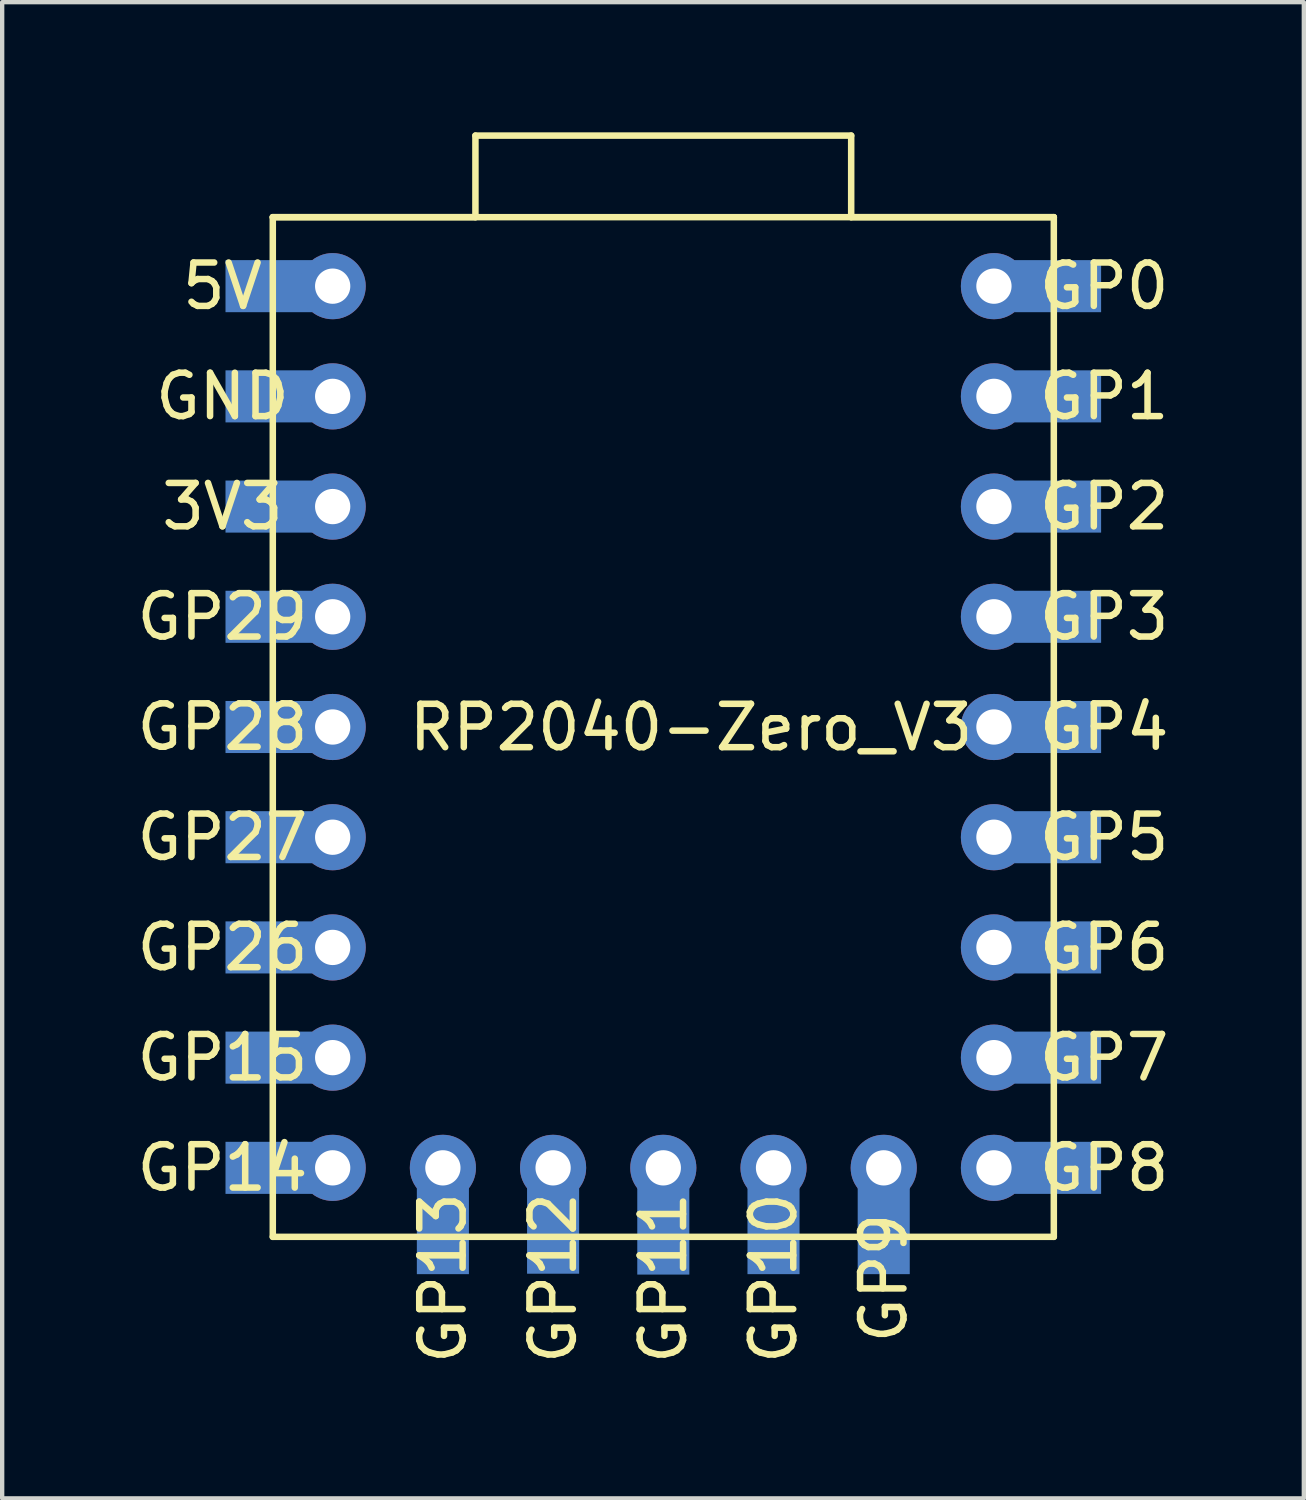
<source format=kicad_pcb>
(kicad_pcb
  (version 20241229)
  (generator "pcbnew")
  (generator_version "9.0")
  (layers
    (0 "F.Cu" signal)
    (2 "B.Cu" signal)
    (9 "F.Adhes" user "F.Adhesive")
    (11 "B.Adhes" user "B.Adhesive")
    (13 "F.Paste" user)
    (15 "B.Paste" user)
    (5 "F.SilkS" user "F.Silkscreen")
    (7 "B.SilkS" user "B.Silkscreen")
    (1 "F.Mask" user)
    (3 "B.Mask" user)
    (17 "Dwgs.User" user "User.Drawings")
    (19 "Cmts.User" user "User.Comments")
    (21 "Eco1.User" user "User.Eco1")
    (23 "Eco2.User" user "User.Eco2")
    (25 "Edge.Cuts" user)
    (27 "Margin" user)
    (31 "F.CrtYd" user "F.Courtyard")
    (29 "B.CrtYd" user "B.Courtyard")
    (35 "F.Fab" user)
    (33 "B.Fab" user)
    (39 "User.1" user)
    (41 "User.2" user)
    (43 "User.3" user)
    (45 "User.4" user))
  (footprint "RP2040-Zero_V3"
    (layer "F.Cu")
    (at 12.187 13.745)
    (property "Reference" "RP2040-Zero_V3" (at 0.69 -0.03 0) (layer "F.SilkS") (effects (font (size 1 1) (thickness 0.15))))
    (attr through_hole)
    (fp_line (start -8.95 -11.79) (end -4.28 -11.79) (stroke (width 0.15) (type solid)) (layer "F.SilkS"))
    (fp_line (start -8.95 -11.79) (end 9.05 -11.79) (stroke (width 0.15) (type solid)) (layer "F.SilkS"))
    (fp_line (start -8.95 11.71) (end -8.95 -11.79) (stroke (width 0.15) (type solid)) (layer "F.SilkS"))
    (fp_line (start -4.28 -13.67) (end 4.38 -13.67) (stroke (width 0.15) (type solid)) (layer "F.SilkS"))
    (fp_line (start -4.28 -11.79) (end -4.28 -13.67) (stroke (width 0.15) (type solid)) (layer "F.SilkS"))
    (fp_line (start 4.38 -11.79) (end 4.38 -13.67) (stroke (width 0.15) (type solid)) (layer "F.SilkS"))
    (fp_line (start 9.05 -11.79) (end 4.38 -11.79) (stroke (width 0.15) (type solid)) (layer "F.SilkS"))
    (fp_line (start 9.05 -11.79) (end 9.05 11.71) (stroke (width 0.15) (type solid)) (layer "F.SilkS"))
    (fp_line (start 9.05 11.71) (end -8.95 11.71) (stroke (width 0.15) (type solid)) (layer "F.SilkS"))
    (fp_text user "GP9" (at 5.13 12.66 90) (layer "F.SilkS") (effects (font (size 1 1) (thickness 0.15))))
    (fp_text user "GP29" (at -10.11 -2.58 0) (layer "F.SilkS") (effects (font (size 1 1) (thickness 0.15))))
    (fp_text user "GP26" (at -10.11 5.04 0) (layer "F.SilkS") (effects (font (size 1 1) (thickness 0.15))))
    (fp_text user "GP14" (at -10.11 10.12 0) (layer "F.SilkS") (effects (font (size 1 1) (thickness 0.15))))
    (fp_text user "GP7" (at 10.21 7.58 0) (layer "F.SilkS") (effects (font (size 1 1) (thickness 0.15))))
    (fp_text user "GND" (at -10.11 -7.66 0) (layer "F.SilkS") (effects (font (size 1 1) (thickness 0.15))))
    (fp_text user "GP0" (at 10.21 -10.2 0) (layer "F.SilkS") (effects (font (size 1 1) (thickness 0.15))))
    (fp_text user "GP11" (at 0.05 12.66 90) (layer "F.SilkS") (effects (font (size 1 1) (thickness 0.15))))
    (fp_text user "GP15" (at -10.11 7.58 0) (layer "F.SilkS") (effects (font (size 1 1) (thickness 0.15))))
    (fp_text user "GP27" (at -10.11 2.5 0) (layer "F.SilkS") (effects (font (size 1 1) (thickness 0.15))))
    (fp_text user "GP12" (at -2.49 12.66 90) (layer "F.SilkS") (effects (font (size 1 1) (thickness 0.15))))
    (fp_text user "GP2" (at 10.21 -5.12 0) (layer "F.SilkS") (effects (font (size 1 1) (thickness 0.15))))
    (fp_text user "3V3" (at -10.11 -5.12 0) (layer "F.SilkS") (effects (font (size 1 1) (thickness 0.15))))
    (fp_text user "GP28" (at -10.11 -0.04 0) (layer "F.SilkS") (effects (font (size 1 1) (thickness 0.15))))
    (fp_text user "GP8" (at 10.21 10.12 0) (layer "F.SilkS") (effects (font (size 1 1) (thickness 0.15))))
    (fp_text user "GP13" (at -5.03 12.66 90) (layer "F.SilkS") (effects (font (size 1 1) (thickness 0.15))))
    (fp_text user "GP1" (at 10.21 -7.66 0) (layer "F.SilkS") (effects (font (size 1 1) (thickness 0.15))))
    (fp_text user "GP4" (at 10.21 -0.04 0) (layer "F.SilkS") (effects (font (size 1 1) (thickness 0.15))))
    (fp_text user "5V" (at -10.11 -10.2 0) (layer "F.SilkS") (effects (font (size 1 1) (thickness 0.15))))
    (fp_text user "GP5" (at 10.21 2.5 0) (layer "F.SilkS") (effects (font (size 1 1) (thickness 0.15))))
    (fp_text user "GP3" (at 10.21 -2.58 0) (layer "F.SilkS") (effects (font (size 1 1) (thickness 0.15))))
    (fp_text user "GP10" (at 2.59 12.66 90) (layer "F.SilkS") (effects (font (size 1 1) (thickness 0.15))))
    (fp_text user "GP6" (at 10.21 5.04 0) (layer "F.SilkS") (effects (font (size 1 1) (thickness 0.15))))
    (pad "0" thru_hole circle (at 7.67 -10.2) (size 1.524 1.524) (drill 0.813) (layers "*.Cu" "*.Mask"))
    (pad "0" smd rect (at 9.14 -10.2) (size 2 1.2) (layers "B.Cu" "B.Mask" "B.Paste"))
    (pad "1" thru_hole circle (at 7.67 -7.66) (size 1.524 1.524) (drill 0.813) (layers "*.Cu" "*.Mask"))
    (pad "1" smd rect (at 9.14 -7.66) (size 2 1.2) (layers "B.Cu" "B.Mask" "B.Paste"))
    (pad "2" thru_hole circle (at 7.67 -5.12) (size 1.524 1.524) (drill 0.813) (layers "*.Cu" "*.Mask"))
    (pad "2" smd rect (at 9.14 -5.12) (size 2 1.2) (layers "B.Cu" "B.Mask" "B.Paste"))
    (pad "3" thru_hole circle (at 7.67 -2.58) (size 1.524 1.524) (drill 0.813) (layers "*.Cu" "*.Mask"))
    (pad "3" smd rect (at 9.14 -2.58) (size 2 1.2) (layers "B.Cu" "B.Mask" "B.Paste"))
    (pad "4" thru_hole circle (at 7.67 -0.04) (size 1.524 1.524) (drill 0.813) (layers "*.Cu" "*.Mask"))
    (pad "4" smd rect (at 9.14 -0.04) (size 2 1.2) (layers "B.Cu" "B.Mask" "B.Paste"))
    (pad "5" thru_hole circle (at 7.67 2.5) (size 1.524 1.524) (drill 0.813) (layers "*.Cu" "*.Mask"))
    (pad "5" smd rect (at 9.14 2.5) (size 2 1.2) (layers "B.Cu" "B.Mask" "B.Paste"))
    (pad "6" thru_hole circle (at 7.67 5.04) (size 1.524 1.524) (drill 0.813) (layers "*.Cu" "*.Mask"))
    (pad "6" smd rect (at 9.14 5.04) (size 2 1.2) (layers "B.Cu" "B.Mask" "B.Paste"))
    (pad "7" thru_hole circle (at 7.67 7.58) (size 1.524 1.524) (drill 0.813) (layers "*.Cu" "*.Mask"))
    (pad "7" smd rect (at 9.14 7.58) (size 2 1.2) (layers "B.Cu" "B.Mask" "B.Paste"))
    (pad "8" thru_hole circle (at 7.67 10.12) (size 1.524 1.524) (drill 0.813) (layers "*.Cu" "*.Mask"))
    (pad "8" smd rect (at 9.14 10.12) (size 2 1.2) (layers "B.Cu" "B.Mask" "B.Paste"))
    (pad "9" thru_hole circle (at 5.13 10.12) (size 1.524 1.524) (drill 0.813) (layers "*.Cu" "*.Mask"))
    (pad "9" smd rect (at 5.13 11.57 90) (size 2 1.2) (layers "B.Cu" "B.Mask" "B.Paste"))
    (pad "10" thru_hole circle (at 2.59 10.12) (size 1.524 1.524) (drill 0.813) (layers "*.Cu" "*.Mask"))
    (pad "10" smd rect (at 2.59 11.57 90) (size 2 1.2) (layers "B.Cu" "B.Mask" "B.Paste"))
    (pad "11" thru_hole circle (at 0.05 10.12) (size 1.524 1.524) (drill 0.813) (layers "*.Cu" "*.Mask"))
    (pad "11" smd rect (at 0.05 11.58 90) (size 2 1.2) (layers "B.Cu" "B.Mask" "B.Paste"))
    (pad "12" thru_hole circle (at -2.49 10.12) (size 1.524 1.524) (drill 0.813) (layers "*.Cu" "*.Mask"))
    (pad "12" smd rect (at -2.49 11.56 90) (size 2 1.2) (layers "B.Cu" "B.Mask" "B.Paste"))
    (pad "13" thru_hole circle (at -5.03 10.12) (size 1.524 1.524) (drill 0.813) (layers "*.Cu" "*.Mask"))
    (pad "13" smd rect (at -5.03 11.57 90) (size 2 1.2) (layers "B.Cu" "B.Mask" "B.Paste"))
    (pad "14" smd rect (at -9.04 10.12) (size 2 1.2) (layers "B.Cu" "B.Mask" "B.Paste"))
    (pad "14" thru_hole circle (at -7.57 10.12) (size 1.524 1.524) (drill 0.813) (layers "*.Cu" "*.Mask"))
    (pad "15" smd rect (at -9.04 7.58) (size 2 1.2) (layers "B.Cu" "B.Mask" "B.Paste"))
    (pad "15" thru_hole circle (at -7.57 7.58) (size 1.524 1.524) (drill 0.813) (layers "*.Cu" "*.Mask"))
    (pad "26" smd rect (at -9.04 5.04) (size 2 1.2) (layers "B.Cu" "B.Mask" "B.Paste"))
    (pad "26" thru_hole circle (at -7.57 5.04) (size 1.524 1.524) (drill 0.813) (layers "*.Cu" "*.Mask"))
    (pad "27" smd rect (at -9.04 2.5) (size 2 1.2) (layers "B.Cu" "B.Mask" "B.Paste"))
    (pad "27" thru_hole circle (at -7.57 2.5) (size 1.524 1.524) (drill 0.813) (layers "*.Cu" "*.Mask"))
    (pad "28" smd rect (at -9.04 -0.04) (size 2 1.2) (layers "B.Cu" "B.Mask" "B.Paste"))
    (pad "28" thru_hole circle (at -7.57 -0.04) (size 1.524 1.524) (drill 0.813) (layers "*.Cu" "*.Mask"))
    (pad "29" smd rect (at -9.04 -2.58) (size 2 1.2) (layers "B.Cu" "B.Mask" "B.Paste"))
    (pad "29" thru_hole circle (at -7.57 -2.58) (size 1.524 1.524) (drill 0.813) (layers "*.Cu" "*.Mask"))
    (pad "30" smd rect (at -9.04 -5.12) (size 2 1.2) (layers "B.Cu" "B.Mask" "B.Paste"))
    (pad "30" thru_hole circle (at -7.57 -5.12) (size 1.524 1.524) (drill 0.813) (layers "*.Cu" "*.Mask"))
    (pad "31" smd rect (at -9.04 -7.66) (size 2 1.2) (layers "B.Cu" "B.Mask" "B.Paste"))
    (pad "31" thru_hole circle (at -7.57 -7.66) (size 1.524 1.524) (drill 0.813) (layers "*.Cu" "*.Mask"))
    (pad "32" smd rect (at -9.04 -10.2) (size 2 1.2) (layers "B.Cu" "B.Mask" "B.Paste"))
    (pad "32" thru_hole circle (at -7.57 -10.2) (size 1.524 1.524) (drill 0.813) (layers "*.Cu" "*.Mask")))
  (gr_rect
    (start -3 -3)
    (end 26.999 31.482)
    (stroke (width 0.1) (type default))
    (fill no)
    (layer "Edge.Cuts")))
</source>
